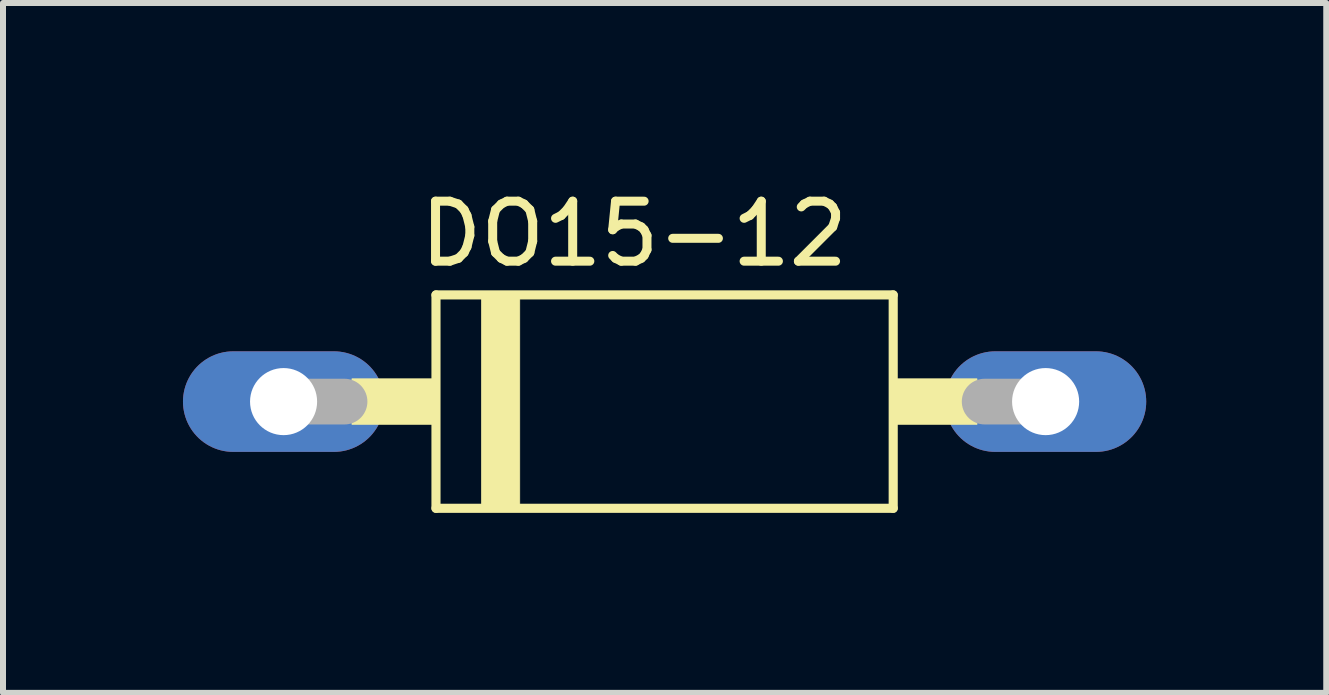
<source format=kicad_pcb>
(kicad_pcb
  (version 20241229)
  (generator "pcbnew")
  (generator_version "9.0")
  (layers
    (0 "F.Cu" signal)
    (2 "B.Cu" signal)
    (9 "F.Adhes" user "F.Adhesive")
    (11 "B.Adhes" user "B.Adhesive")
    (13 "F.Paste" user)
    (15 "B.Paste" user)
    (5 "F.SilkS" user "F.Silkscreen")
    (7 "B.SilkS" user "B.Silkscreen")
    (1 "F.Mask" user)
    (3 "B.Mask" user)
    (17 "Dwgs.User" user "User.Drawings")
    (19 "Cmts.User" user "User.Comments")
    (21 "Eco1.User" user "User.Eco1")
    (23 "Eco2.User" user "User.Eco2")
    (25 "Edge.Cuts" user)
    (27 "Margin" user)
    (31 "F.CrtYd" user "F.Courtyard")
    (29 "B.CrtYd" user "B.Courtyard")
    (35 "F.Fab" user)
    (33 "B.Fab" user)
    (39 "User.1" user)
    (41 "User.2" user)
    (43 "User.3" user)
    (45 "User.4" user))
  (footprint "DO15-12"
    (layer "F.Cu")
    (at 8.026 3.643)
    (property "Reference" "DO15-12" (at -0.508 -2.795 0) (layer "F.SilkS") (effects (font (size 1 1) (thickness 0.15))))
    (attr through_hole)
    (fp_line (start -3.81 -1.778) (end -3.81 1.778) (stroke (width 0.152) (type solid)) (layer "F.SilkS"))
    (fp_line (start -3.81 1.778) (end 3.81 1.778) (stroke (width 0.152) (type solid)) (layer "F.SilkS"))
    (fp_line (start 3.81 -1.778) (end -3.81 -1.778) (stroke (width 0.152) (type solid)) (layer "F.SilkS"))
    (fp_line (start 3.81 1.778) (end 3.81 -1.778) (stroke (width 0.152) (type solid)) (layer "F.SilkS"))
    (fp_poly (pts (xy -5.211 -0.381) (xy -3.81 -0.381) (xy -3.81 0.381) (xy -5.211 0.381)) (stroke (width 0.01) (type solid)) (fill yes) (layer "F.SilkS"))
    (fp_poly (pts (xy -3.054 -1.778) (xy -2.413 -1.778) (xy -2.413 1.781) (xy -3.054 1.781)) (stroke (width 0.01) (type solid)) (fill yes) (layer "F.SilkS"))
    (fp_poly (pts (xy 3.81 -0.381) (xy 5.207 -0.381) (xy 5.207 0.381) (xy 3.81 0.381)) (stroke (width 0.01) (type solid)) (fill yes) (layer "F.SilkS"))
    (fp_line (start -6.35 0) (end -5.334 0) (stroke (width 0.762) (type solid)) (layer "F.Fab"))
    (fp_line (start 6.35 0) (end 5.334 0) (stroke (width 0.762) (type solid)) (layer "F.Fab"))
    (pad "A" thru_hole oval (at 6.35 0) (size 3.353 1.676) (drill 1.118) (layers "*.Cu" "*.Mask"))
    (pad "C" thru_hole oval (at -6.35 0) (size 3.353 1.676) (drill 1.118) (layers "*.Cu" "*.Mask")))
  (gr_rect
    (start -3 -3)
    (end 19.053 8.497)
    (stroke (width 0.1) (type default))
    (fill no)
    (layer "Edge.Cuts")))
</source>
